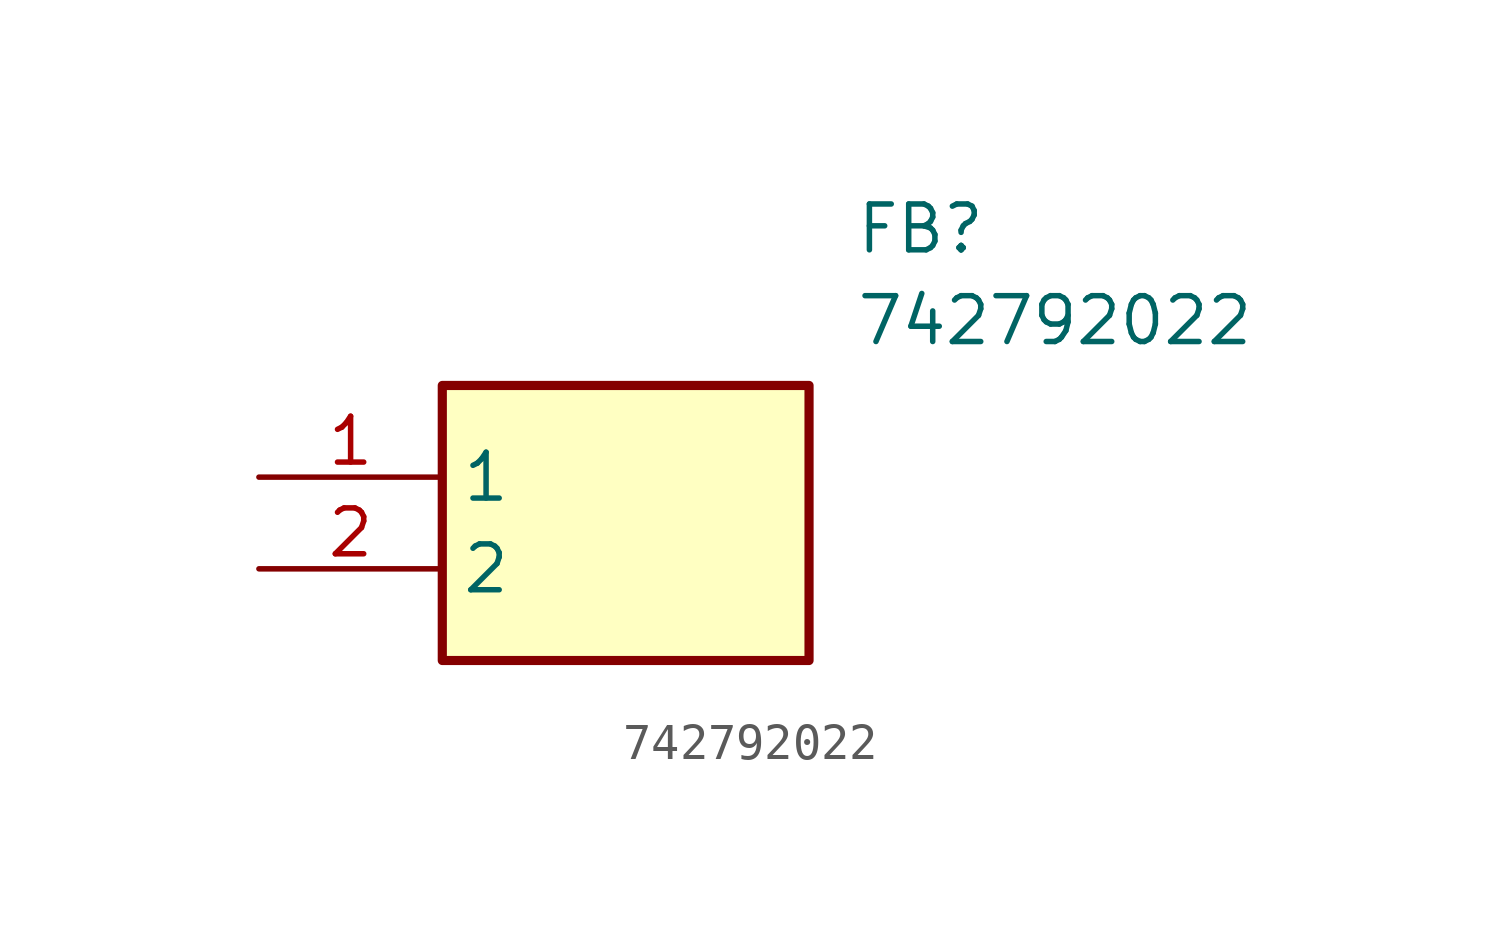
<source format=kicad_sym>
(kicad_symbol_lib
  (version 20211014)
  (generator SamacSys_ECAD_Model)
  (symbol "742792022"
    (property "Reference" "FB"
      (at 16.51 7.62 0)
      (effects (font (size 1.27 1.27)) (justify left top)))
    (property "Value" "742792022"
      (at 16.51 5.08 0)
      (effects (font (size 1.27 1.27)) (justify left top)))
    (rectangle
      (start 5.08 2.54)
      (end 15.24 -5.08)
      (stroke (width 0.254) (type default))
      (fill (type background)))
    (pin passive line
      (at 0 0 0)
      (length 5.08)
      (name "1" (effects (font (size 1.27 1.27))))
      (number "1" (effects (font (size 1.27 1.27)))))
    (pin passive line
      (at 0 -2.54 0)
      (length 5.08)
      (name "2" (effects (font (size 1.27 1.27))))
      (number "2" (effects (font (size 1.27 1.27)))))))
</source>
